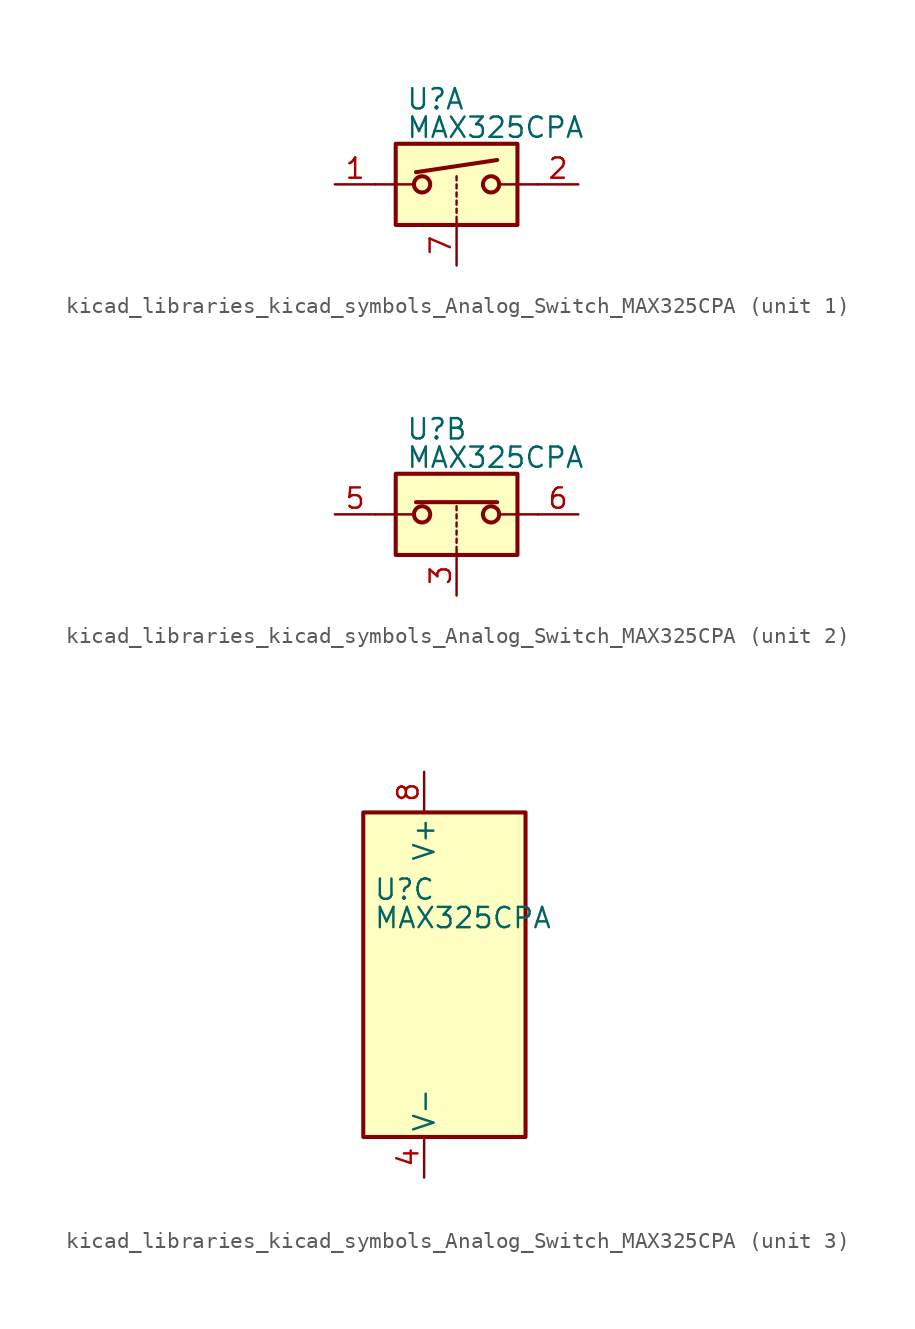
<source format=kicad_sym>
(kicad_symbol_lib
  (version 20220914)
  (generator kicad_symbol_editor)
  (symbol "kicad_libraries_kicad_symbols_Analog_Switch_MAX325CPA"
    (pin_names
      (offset 0.254))
    (property "Reference" "U"
      (at -3.175 5.334 0)
      (effects (font (size 1.27 1.27)) (justify left)))
    (property "Value" "MAX325CPA"
      (at -3.175 3.556 0)
      (effects (font (size 1.27 1.27)) (justify left)))
    (symbol "kicad_libraries_kicad_symbols_Analog_Switch_MAX325CPA_1_1"
      (rectangle (start -3.81 2.54) (end 3.81 -2.54) (stroke (width 0.254) (type default)) (fill (type background)))
      (circle (center -2.159 0) (radius 0.508) (stroke (width 0.254) (type default)) (fill (type none)))
      (polyline (pts (xy -5.08 0) (xy -2.794 0)) (stroke (width 0) (type default)) (fill (type none)))
      (polyline (pts (xy -2.54 0.762) (xy 2.54 1.524)) (stroke (width 0.254) (type default)) (fill (type none)))
      (polyline (pts (xy 0 -2.54) (xy 0 -2.032)) (stroke (width 0) (type default)) (fill (type none)))
      (polyline (pts (xy 0 -1.778) (xy 0 -1.524)) (stroke (width 0) (type default)) (fill (type none)))
      (polyline (pts (xy 0 -1.27) (xy 0 -1.016)) (stroke (width 0) (type default)) (fill (type none)))
      (polyline (pts (xy 0 -0.762) (xy 0 -0.508)) (stroke (width 0) (type default)) (fill (type none)))
      (polyline (pts (xy 0 -0.254) (xy 0 0)) (stroke (width 0) (type default)) (fill (type none)))
      (polyline (pts (xy 0 0.254) (xy 0 0.508)) (stroke (width 0) (type default)) (fill (type none)))
      (polyline (pts (xy 5.08 0) (xy 2.794 0)) (stroke (width 0) (type default)) (fill (type none)))
      (circle (center 2.159 0) (radius 0.508) (stroke (width 0.254) (type default)) (fill (type none)))
      (pin passive line (at -7.62 0 0) (length 2.54) (name "~" (effects (font (size 1.27 1.27)))) (number "1" (effects (font (size 1.27 1.27)))))
      (pin passive line (at 7.62 0 180) (length 2.54) (name "~" (effects (font (size 1.27 1.27)))) (number "2" (effects (font (size 1.27 1.27)))))
      (pin input line (at 0 -5.08 90) (length 2.54) (name "~" (effects (font (size 1.27 1.27)))) (number "7" (effects (font (size 1.27 1.27))))))
    (symbol "kicad_libraries_kicad_symbols_Analog_Switch_MAX325CPA_2_1"
      (rectangle (start -3.81 2.54) (end 3.81 -2.54) (stroke (width 0.254) (type default)) (fill (type background)))
      (circle (center -2.159 0) (radius 0.508) (stroke (width 0.254) (type default)) (fill (type none)))
      (polyline (pts (xy -5.08 0) (xy -2.794 0)) (stroke (width 0) (type default)) (fill (type none)))
      (polyline (pts (xy -2.54 0.762) (xy 2.54 0.762)) (stroke (width 0.254) (type default)) (fill (type none)))
      (polyline (pts (xy 0 -2.54) (xy 0 -2.032)) (stroke (width 0) (type default)) (fill (type none)))
      (polyline (pts (xy 0 -1.778) (xy 0 -1.524)) (stroke (width 0) (type default)) (fill (type none)))
      (polyline (pts (xy 0 -1.27) (xy 0 -1.016)) (stroke (width 0) (type default)) (fill (type none)))
      (polyline (pts (xy 0 -0.762) (xy 0 -0.508)) (stroke (width 0) (type default)) (fill (type none)))
      (polyline (pts (xy 0 -0.254) (xy 0 0)) (stroke (width 0) (type default)) (fill (type none)))
      (polyline (pts (xy 0 0.254) (xy 0 0.508)) (stroke (width 0) (type default)) (fill (type none)))
      (polyline (pts (xy 5.08 0) (xy 2.794 0)) (stroke (width 0) (type default)) (fill (type none)))
      (circle (center 2.159 0) (radius 0.508) (stroke (width 0.254) (type default)) (fill (type none)))
      (pin input line (at 0 -5.08 90) (length 2.54) (name "~" (effects (font (size 1.27 1.27)))) (number "3" (effects (font (size 1.27 1.27)))))
      (pin passive line (at -7.62 0 0) (length 2.54) (name "~" (effects (font (size 1.27 1.27)))) (number "5" (effects (font (size 1.27 1.27)))))
      (pin passive line (at 7.62 0 180) (length 2.54) (name "~" (effects (font (size 1.27 1.27)))) (number "6" (effects (font (size 1.27 1.27))))))
    (symbol "kicad_libraries_kicad_symbols_Analog_Switch_MAX325CPA_3_0"
      (pin power_in line (at 0 -12.7 90) (length 2.54) (name "V-" (effects (font (size 1.27 1.27)))) (number "4" (effects (font (size 1.27 1.27)))))
      (pin power_in line (at 0 12.7 270) (length 2.54) (name "V+" (effects (font (size 1.27 1.27)))) (number "8" (effects (font (size 1.27 1.27))))))
    (symbol "kicad_libraries_kicad_symbols_Analog_Switch_MAX325CPA_3_1"
      (rectangle (start -3.81 10.16) (end 6.35 -10.16) (stroke (width 0.254) (type default)) (fill (type background))))))
</source>
